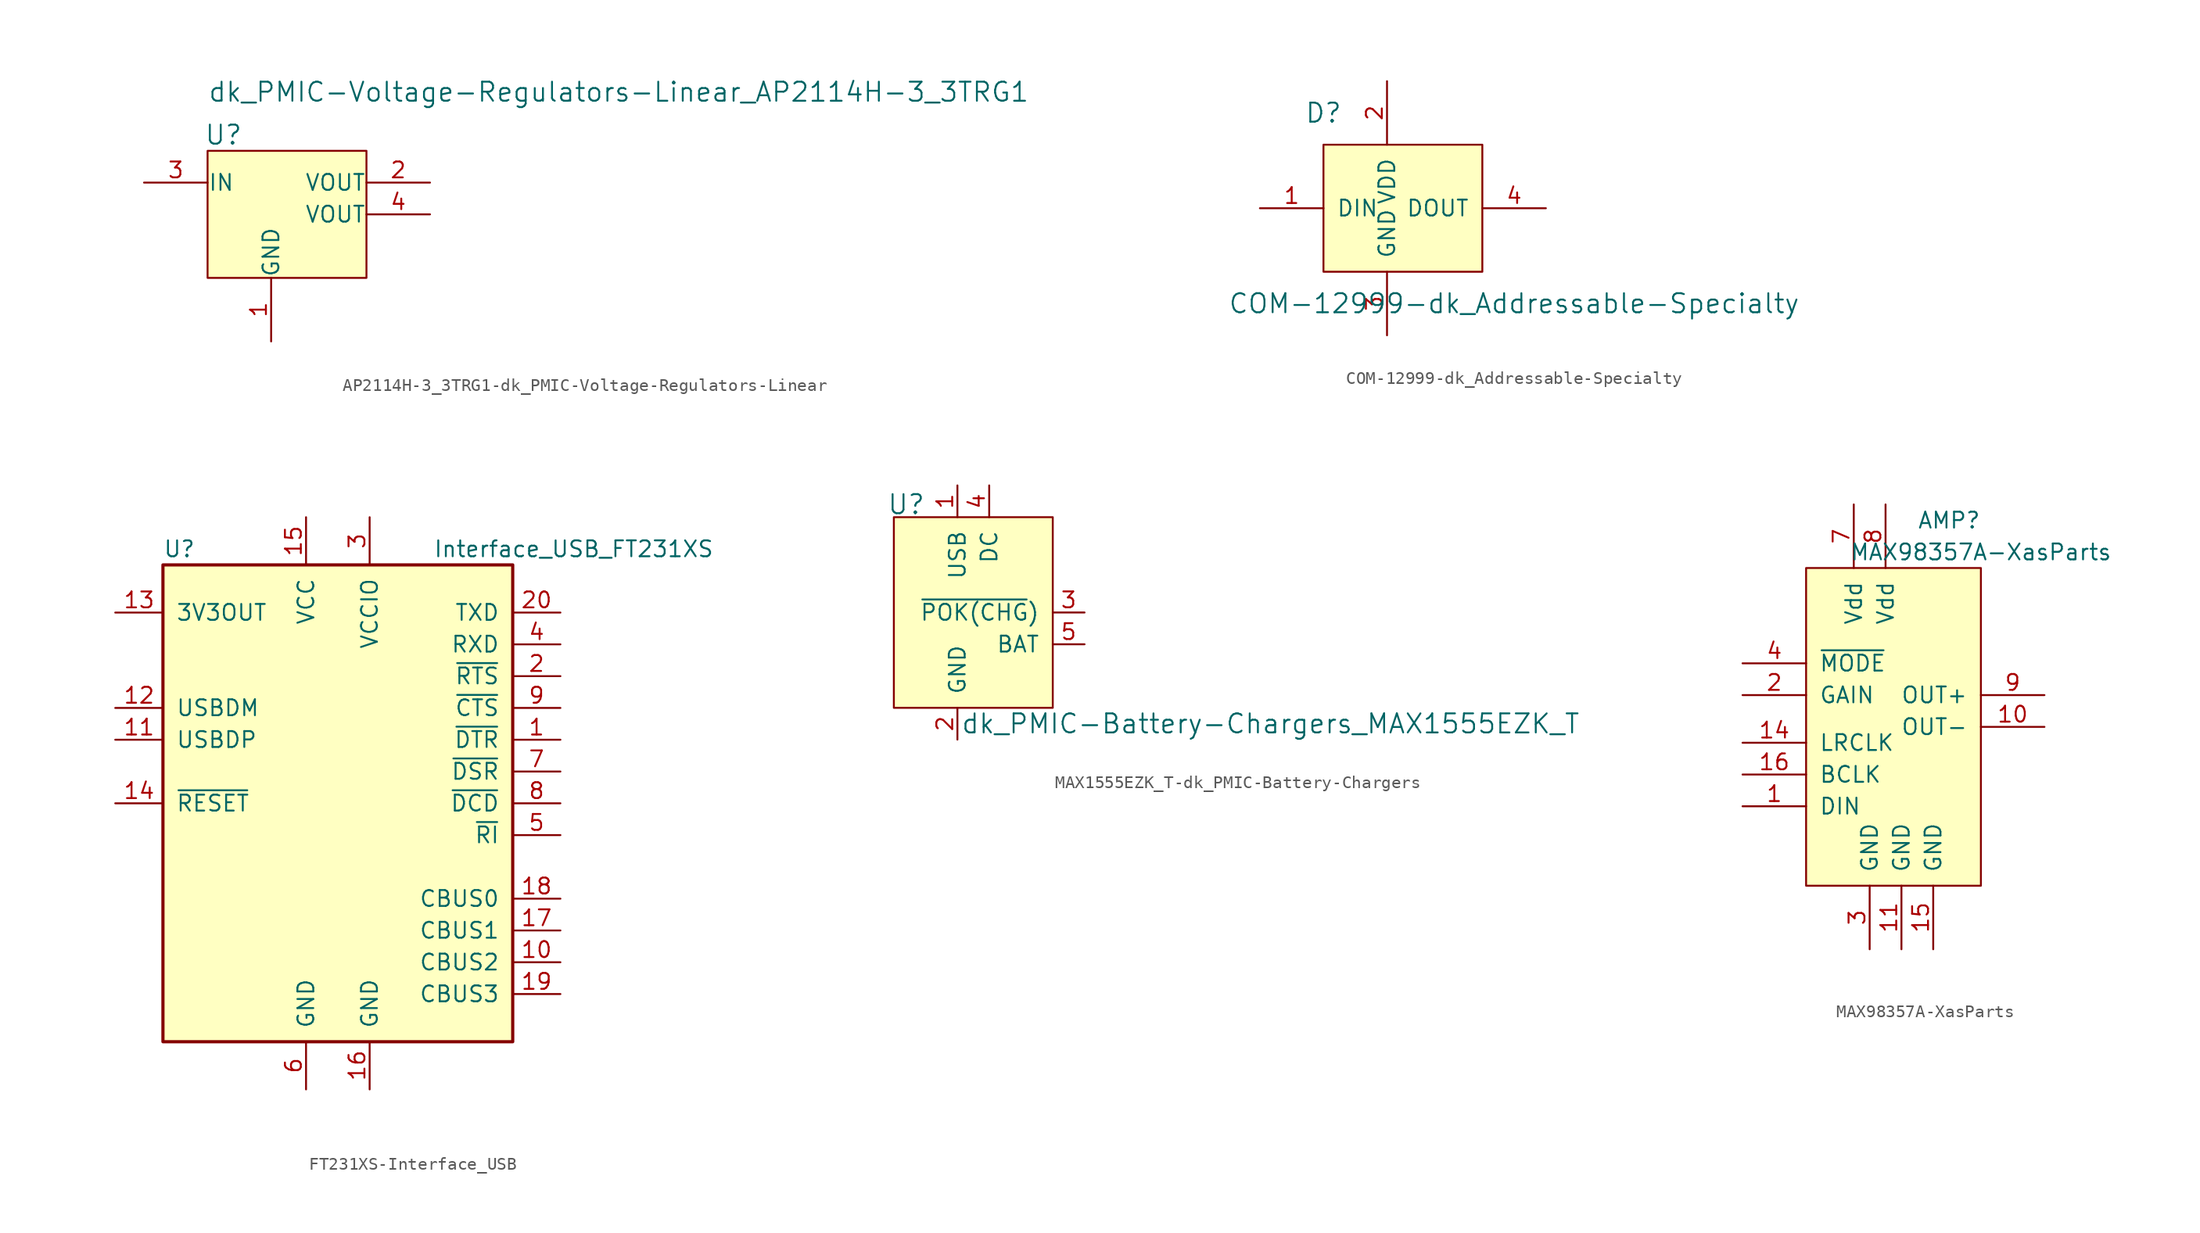
<source format=kicad_sym>
(kicad_symbol_lib
  (version 20220914)
  (generator kicad_symbol_editor)
  (symbol "AP2114H-3_3TRG1-dk_PMIC-Voltage-Regulators-Linear"
    (pin_names
      (offset 0.025))
    (property "Reference" "U"
      (at -6.35 3.81 0)
      (effects (font (size 1.524 1.524))))
    (property "Value" "dk_PMIC-Voltage-Regulators-Linear_AP2114H-3_3TRG1"
      (at -7.62 6.35 0)
      (effects (font (size 1.524 1.524)) (justify left bottom)))
    (symbol "AP2114H-3_3TRG1-dk_PMIC-Voltage-Regulators-Linear_0_1"
      (rectangle (start -7.62 2.54) (end 5.08 -7.62) (stroke (width 0) (type solid)) (fill (type background))))
    (symbol "AP2114H-3_3TRG1-dk_PMIC-Voltage-Regulators-Linear_1_1"
      (pin power_in line (at -2.54 -12.7 90) (length 5.08) (name "GND" (effects (font (size 1.27 1.27)))) (number "1" (effects (font (size 1.27 1.27)))))
      (pin output line (at 10.16 0 180) (length 5.08) (name "VOUT" (effects (font (size 1.27 1.27)))) (number "2" (effects (font (size 1.27 1.27)))))
      (pin input line (at -12.7 0 0) (length 5.08) (name "IN" (effects (font (size 1.27 1.27)))) (number "3" (effects (font (size 1.27 1.27)))))
      (pin power_out line (at 10.16 -2.54 180) (length 5.08) (name "VOUT" (effects (font (size 1.27 1.27)))) (number "4" (effects (font (size 1.27 1.27)))))))
  (symbol "COM-12999-dk_Addressable-Specialty"
    (pin_names
      (offset 1.016))
    (property "Reference" "D"
      (at -7.62 7.62 0)
      (effects (font (size 1.524 1.524))))
    (property "Value" "COM-12999-dk_Addressable-Specialty"
      (at 7.62 -7.62 0)
      (effects (font (size 1.524 1.524))))
    (symbol "COM-12999-dk_Addressable-Specialty_0_1"
      (rectangle (start -7.62 5.08) (end 5.08 -5.08) (stroke (width 0) (type solid)) (fill (type background))))
    (symbol "COM-12999-dk_Addressable-Specialty_1_1"
      (pin input line (at -12.7 0 0) (length 5.08) (name "DIN" (effects (font (size 1.27 1.27)))) (number "1" (effects (font (size 1.27 1.27)))))
      (pin power_in line (at -2.54 10.16 270) (length 5.08) (name "VDD" (effects (font (size 1.27 1.27)))) (number "2" (effects (font (size 1.27 1.27)))))
      (pin power_in line (at -2.54 -10.16 90) (length 5.08) (name "GND" (effects (font (size 1.27 1.27)))) (number "3" (effects (font (size 1.27 1.27)))))
      (pin output line (at 10.16 0 180) (length 5.08) (name "DOUT" (effects (font (size 1.27 1.27)))) (number "4" (effects (font (size 1.27 1.27)))))))
  (symbol "FT231XS-Interface_USB"
    (pin_names
      (offset 1.016))
    (property "Reference" "U"
      (at -13.97 20.32 0)
      (effects (font (size 1.27 1.27)) (justify left)))
    (property "Value" "Interface_USB_FT231XS"
      (at 7.62 20.32 0)
      (effects (font (size 1.27 1.27)) (justify left)))
    (symbol "FT231XS-Interface_USB_0_1"
      (rectangle (start -13.97 19.05) (end 13.97 -19.05) (stroke (width 0.254) (type solid)) (fill (type background))))
    (symbol "FT231XS-Interface_USB_1_1"
      (pin output line (at 17.78 5.08 180) (length 3.81) (name "~{DTR}" (effects (font (size 1.27 1.27)))) (number "1" (effects (font (size 1.27 1.27)))))
      (pin bidirectional line (at 17.78 -12.7 180) (length 3.81) (name "CBUS2" (effects (font (size 1.27 1.27)))) (number "10" (effects (font (size 1.27 1.27)))))
      (pin bidirectional line (at -17.78 5.08 0) (length 3.81) (name "USBDP" (effects (font (size 1.27 1.27)))) (number "11" (effects (font (size 1.27 1.27)))))
      (pin bidirectional line (at -17.78 7.62 0) (length 3.81) (name "USBDM" (effects (font (size 1.27 1.27)))) (number "12" (effects (font (size 1.27 1.27)))))
      (pin power_out line (at -17.78 15.24 0) (length 3.81) (name "3V3OUT" (effects (font (size 1.27 1.27)))) (number "13" (effects (font (size 1.27 1.27)))))
      (pin input line (at -17.78 0 0) (length 3.81) (name "~{RESET}" (effects (font (size 1.27 1.27)))) (number "14" (effects (font (size 1.27 1.27)))))
      (pin power_in line (at -2.54 22.86 270) (length 3.81) (name "VCC" (effects (font (size 1.27 1.27)))) (number "15" (effects (font (size 1.27 1.27)))))
      (pin power_in line (at 2.54 -22.86 90) (length 3.81) (name "GND" (effects (font (size 1.27 1.27)))) (number "16" (effects (font (size 1.27 1.27)))))
      (pin bidirectional line (at 17.78 -10.16 180) (length 3.81) (name "CBUS1" (effects (font (size 1.27 1.27)))) (number "17" (effects (font (size 1.27 1.27)))))
      (pin bidirectional line (at 17.78 -7.62 180) (length 3.81) (name "CBUS0" (effects (font (size 1.27 1.27)))) (number "18" (effects (font (size 1.27 1.27)))))
      (pin bidirectional line (at 17.78 -15.24 180) (length 3.81) (name "CBUS3" (effects (font (size 1.27 1.27)))) (number "19" (effects (font (size 1.27 1.27)))))
      (pin input line (at 17.78 10.16 180) (length 3.81) (name "~{RTS}" (effects (font (size 1.27 1.27)))) (number "2" (effects (font (size 1.27 1.27)))))
      (pin output line (at 17.78 15.24 180) (length 3.81) (name "TXD" (effects (font (size 1.27 1.27)))) (number "20" (effects (font (size 1.27 1.27)))))
      (pin power_in line (at 2.54 22.86 270) (length 3.81) (name "VCCIO" (effects (font (size 1.27 1.27)))) (number "3" (effects (font (size 1.27 1.27)))))
      (pin input line (at 17.78 12.7 180) (length 3.81) (name "RXD" (effects (font (size 1.27 1.27)))) (number "4" (effects (font (size 1.27 1.27)))))
      (pin input line (at 17.78 -2.54 180) (length 3.81) (name "~{RI}" (effects (font (size 1.27 1.27)))) (number "5" (effects (font (size 1.27 1.27)))))
      (pin power_in line (at -2.54 -22.86 90) (length 3.81) (name "GND" (effects (font (size 1.27 1.27)))) (number "6" (effects (font (size 1.27 1.27)))))
      (pin output line (at 17.78 2.54 180) (length 3.81) (name "~{DSR}" (effects (font (size 1.27 1.27)))) (number "7" (effects (font (size 1.27 1.27)))))
      (pin input line (at 17.78 0 180) (length 3.81) (name "~{DCD}" (effects (font (size 1.27 1.27)))) (number "8" (effects (font (size 1.27 1.27)))))
      (pin input line (at 17.78 7.62 180) (length 3.81) (name "~{CTS}" (effects (font (size 1.27 1.27)))) (number "9" (effects (font (size 1.27 1.27)))))))
  (symbol "MAX1555EZK_T-dk_PMIC-Battery-Chargers"
    (pin_names
      (offset 1.016))
    (property "Reference" "U"
      (at -5.08 8.636 0)
      (effects (font (size 1.524 1.524)) (justify right)))
    (property "Value" "dk_PMIC-Battery-Chargers_MAX1555EZK_T"
      (at -2.286 -8.89 0)
      (effects (font (size 1.524 1.524)) (justify left)))
    (symbol "MAX1555EZK_T-dk_PMIC-Battery-Chargers_0_1"
      (rectangle (start 5.08 7.62) (end -7.62 -7.62) (stroke (width 0) (type solid)) (fill (type background))))
    (symbol "MAX1555EZK_T-dk_PMIC-Battery-Chargers_1_1"
      (pin power_in line (at -2.54 10.16 270) (length 2.54) (name "USB" (effects (font (size 1.27 1.27)))) (number "1" (effects (font (size 1.27 1.27)))))
      (pin power_in line (at -2.54 -10.16 90) (length 2.54) (name "GND" (effects (font (size 1.27 1.27)))) (number "2" (effects (font (size 1.27 1.27)))))
      (pin output line (at 7.62 0 180) (length 2.54) (name "~{POK(CHG})" (effects (font (size 1.27 1.27)))) (number "3" (effects (font (size 1.27 1.27)))))
      (pin power_in line (at 0 10.16 270) (length 2.54) (name "DC" (effects (font (size 1.27 1.27)))) (number "4" (effects (font (size 1.27 1.27)))))
      (pin power_out line (at 7.62 -2.54 180) (length 2.54) (name "BAT" (effects (font (size 1.27 1.27)))) (number "5" (effects (font (size 1.27 1.27)))))))
  (symbol "MAX98357A-XasParts"
    (pin_names
      (offset 1.016))
    (property "Reference" "AMP"
      (at 6.35 25.4 0)
      (effects (font (size 1.27 1.27))))
    (property "Value" "MAX98357A-XasParts"
      (at 8.89 22.86 0)
      (effects (font (size 1.27 1.27))))
    (symbol "MAX98357A-XasParts_0_1"
      (rectangle (start 8.89 21.59) (end -5.08 -3.81) (stroke (width 0) (type solid)) (fill (type background))))
    (symbol "MAX98357A-XasParts_1_1"
      (pin input line (at -10.16 2.54 0) (length 5.08) (name "DIN" (effects (font (size 1.27 1.27)))) (number "1" (effects (font (size 1.27 1.27)))))
      (pin power_out line (at 13.97 8.89 180) (length 5.08) (name "OUT-" (effects (font (size 1.27 1.27)))) (number "10" (effects (font (size 1.27 1.27)))))
      (pin power_in line (at 2.54 -8.89 90) (length 5.08) (name "GND" (effects (font (size 1.27 1.27)))) (number "11" (effects (font (size 1.27 1.27)))))
      (pin input line (at -10.16 7.62 0) (length 5.08) (name "LRCLK" (effects (font (size 1.27 1.27)))) (number "14" (effects (font (size 1.27 1.27)))))
      (pin power_in line (at 5.08 -8.89 90) (length 5.08) (name "GND" (effects (font (size 1.27 1.27)))) (number "15" (effects (font (size 1.27 1.27)))))
      (pin input line (at -10.16 5.08 0) (length 5.08) (name "BCLK" (effects (font (size 1.27 1.27)))) (number "16" (effects (font (size 1.27 1.27)))))
      (pin input line (at -10.16 11.43 0) (length 5.08) (name "GAIN" (effects (font (size 1.27 1.27)))) (number "2" (effects (font (size 1.27 1.27)))))
      (pin power_in line (at 0 -8.89 90) (length 5.08) (name "GND" (effects (font (size 1.27 1.27)))) (number "3" (effects (font (size 1.27 1.27)))))
      (pin input line (at -10.16 13.97 0) (length 5.08) (name "~{MODE}" (effects (font (size 1.27 1.27)))) (number "4" (effects (font (size 1.27 1.27)))))
      (pin power_in line (at -1.27 26.67 270) (length 5.08) (name "Vdd" (effects (font (size 1.27 1.27)))) (number "7" (effects (font (size 1.27 1.27)))))
      (pin power_in line (at 1.27 26.67 270) (length 5.08) (name "Vdd" (effects (font (size 1.27 1.27)))) (number "8" (effects (font (size 1.27 1.27)))))
      (pin power_out line (at 13.97 11.43 180) (length 5.08) (name "OUT+" (effects (font (size 1.27 1.27)))) (number "9" (effects (font (size 1.27 1.27))))))))
</source>
